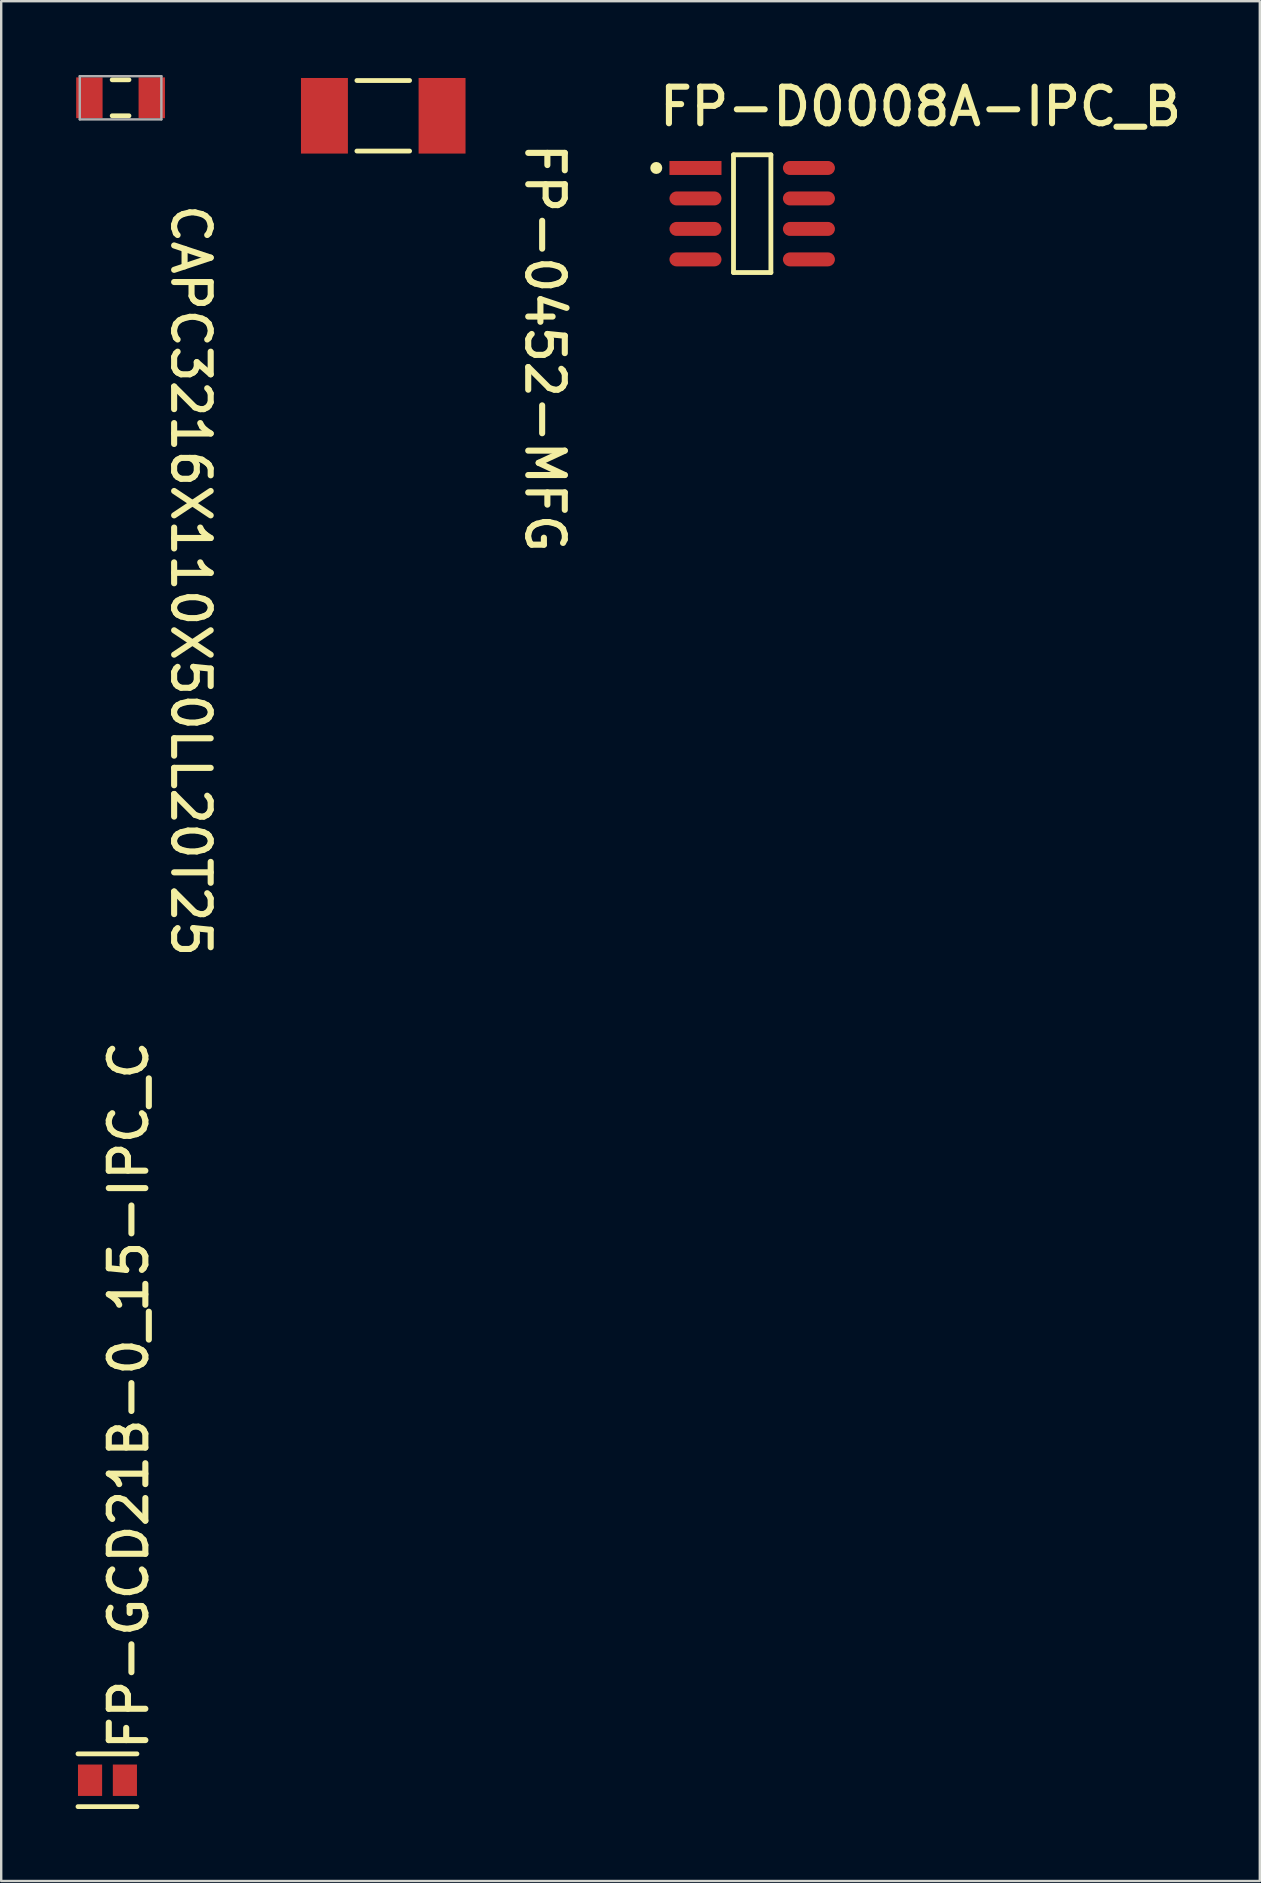
<source format=kicad_pcb>
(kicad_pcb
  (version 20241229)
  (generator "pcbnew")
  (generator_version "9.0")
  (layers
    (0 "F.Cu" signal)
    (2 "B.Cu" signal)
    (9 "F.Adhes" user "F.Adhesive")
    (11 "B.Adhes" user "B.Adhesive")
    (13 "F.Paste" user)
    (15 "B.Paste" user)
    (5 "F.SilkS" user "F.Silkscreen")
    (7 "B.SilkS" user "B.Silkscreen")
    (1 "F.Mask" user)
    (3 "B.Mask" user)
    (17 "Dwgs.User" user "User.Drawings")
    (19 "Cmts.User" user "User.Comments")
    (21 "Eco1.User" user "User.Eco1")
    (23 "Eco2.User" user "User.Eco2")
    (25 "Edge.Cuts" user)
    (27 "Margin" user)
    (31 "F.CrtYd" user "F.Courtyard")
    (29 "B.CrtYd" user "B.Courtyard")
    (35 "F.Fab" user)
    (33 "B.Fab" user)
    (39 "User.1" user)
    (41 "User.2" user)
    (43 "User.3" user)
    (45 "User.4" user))
  (footprint "CAPC3216X110X50LL20T25"
    (layer "F.Cu")
    (at 1.975 1.025)
    (property "Reference" "CAPC3216X110X50LL20T25" (at 2.032 4.318 270) (unlocked yes) (layer "F.SilkS") (effects (font (size 1.524 1.524) (thickness 0.254)) (justify left bottom)))
    (fp_line (start 0.35 -0.75) (end -0.35 -0.75) (stroke (width 0.2) (type solid)) (layer "F.SilkS"))
    (fp_line (start 0.35 0.75) (end -0.35 0.75) (stroke (width 0.2) (type solid)) (layer "F.SilkS"))
    (fp_line (start -1.95 -1) (end -1.95 1) (stroke (width 0.05) (type solid)) (layer "Eco1.User"))
    (fp_line (start 0 -0.5) (end 0 0.5) (stroke (width 0.1) (type solid)) (layer "Eco1.User"))
    (fp_line (start 0.5 0) (end -0.5 0) (stroke (width 0.1) (type solid)) (layer "Eco1.User"))
    (fp_line (start 1.95 -1) (end -1.95 -1) (stroke (width 0.05) (type solid)) (layer "Eco1.User"))
    (fp_line (start 1.95 -1) (end 1.95 1) (stroke (width 0.05) (type solid)) (layer "Eco1.User"))
    (fp_line (start 1.95 1) (end -1.95 1) (stroke (width 0.05) (type solid)) (layer "Eco1.User"))
    (fp_line (start -1.7 -0.9) (end -1.7 0.9) (stroke (width 0.1) (type solid)) (layer "F.Fab"))
    (fp_line (start 1.7 -0.9) (end -1.7 -0.9) (stroke (width 0.1) (type solid)) (layer "F.Fab"))
    (fp_line (start 1.7 -0.9) (end 1.7 0.9) (stroke (width 0.1) (type solid)) (layer "F.Fab"))
    (fp_line (start 1.7 0.9) (end -1.7 0.9) (stroke (width 0.1) (type solid)) (layer "F.Fab"))
    (pad "1" smd rect (at -1.3 0 270) (size 1.7 1.1) (layers "F.Cu" "F.Mask" "F.Paste"))
    (pad "2" smd rect (at 1.3 0 270) (size 1.7 1.1) (layers "F.Cu" "F.Mask" "F.Paste")))
  (footprint "FP-GCD21B-0_15-IPC_C"
    (layer "F.Cu")
    (at 1.429 71.142)
    (property "Reference" "FP-GCD21B-0_15-IPC_C" (at 1.778 -1.143 90) (unlocked yes) (layer "F.SilkS") (effects (font (size 1.524 1.524) (thickness 0.254)) (justify left bottom)))
    (fp_line (start -1.229 -1.1) (end 1.229 -1.1) (stroke (width 0.2) (type solid)) (layer "F.SilkS"))
    (fp_line (start -1.229 1.1) (end 1.229 1.1) (stroke (width 0.2) (type solid)) (layer "F.SilkS"))
    (fp_line (start -1 -0.625) (end 1 -0.625) (stroke (width 0.2) (type solid)) (layer "User.3"))
    (fp_line (start -1 0.625) (end -1 -0.625) (stroke (width 0.2) (type solid)) (layer "User.3"))
    (fp_line (start -1 0.625) (end 1 0.625) (stroke (width 0.2) (type solid)) (layer "User.3"))
    (fp_line (start 1 0.625) (end 1 -0.625) (stroke (width 0.2) (type solid)) (layer "User.3"))
    (fp_line (start -1.329 -0.8) (end 1.329 -0.8) (stroke (width 0.2) (type solid)) (layer "User.5"))
    (fp_line (start -1.329 0.8) (end -1.329 -0.8) (stroke (width 0.2) (type solid)) (layer "User.5"))
    (fp_line (start -1.329 0.8) (end 1.329 0.8) (stroke (width 0.2) (type solid)) (layer "User.5"))
    (fp_line (start 1.329 0.8) (end 1.329 -0.8) (stroke (width 0.2) (type solid)) (layer "User.5"))
    (fp_line (start -1.329 -0.8) (end 1.329 -0.8) (stroke (width 0.2) (type solid)) (layer "User.7"))
    (fp_line (start -1.329 0.8) (end -1.329 -0.8) (stroke (width 0.2) (type solid)) (layer "User.7"))
    (fp_line (start -1.329 0.8) (end 1.329 0.8) (stroke (width 0.2) (type solid)) (layer "User.7"))
    (fp_line (start 1.329 0.8) (end 1.329 -0.8) (stroke (width 0.2) (type solid)) (layer "User.7"))
    (fp_line (start -0.5 0) (end 0.5 0) (stroke (width 0.1) (type solid)) (layer "User.9"))
    (fp_line (start 0 0.5) (end 0 -0.5) (stroke (width 0.1) (type solid)) (layer "User.9"))
    (fp_text user "${REFERENCE}" (at -0.00002 -0.011 180) (unlocked yes) (layer "User.7") (effects (font (size 0.5 0.5) (thickness 0.1)) (justify left bottom mirror)))
    (pad "1" smd rect (at -0.726 0 180) (size 1.006 1.308) (layers "F.Cu" "F.Mask" "F.Paste"))
    (pad "2" smd rect (at 0.726 0 180) (size 1.006 1.308) (layers "F.Cu" "F.Mask" "F.Paste")))
  (footprint "FP-D0008A-IPC_B"
    (layer "F.Cu")
    (at 28.298 5.855)
    (property "Reference" "FP-D0008A-IPC_B" (at -4 -3.569 0) (unlocked yes) (layer "F.SilkS") (effects (font (size 1.524 1.524) (thickness 0.254)) (justify left bottom)))
    (fp_line (start -0.779 -2.453) (end 0.779 -2.453) (stroke (width 0.2) (type solid)) (layer "F.SilkS"))
    (fp_line (start -0.779 2.453) (end -0.779 -2.453) (stroke (width 0.2) (type solid)) (layer "F.SilkS"))
    (fp_line (start -0.779 2.453) (end 0.779 2.453) (stroke (width 0.2) (type solid)) (layer "F.SilkS"))
    (fp_line (start 0.779 2.453) (end 0.779 -2.453) (stroke (width 0.2) (type solid)) (layer "F.SilkS"))
    (fp_circle (center -3.998 -1.905) (end -3.998 -2.03) (stroke (width 0.25) (type solid)) (fill no) (layer "F.SilkS"))
    (fp_line (start -1.948 -2.453) (end 1.948 -2.453) (stroke (width 0.2) (type solid)) (layer "User.2"))
    (fp_line (start -1.948 2.453) (end -1.948 -2.453) (stroke (width 0.2) (type solid)) (layer "User.2"))
    (fp_line (start -1.948 2.453) (end 1.948 2.453) (stroke (width 0.2) (type solid)) (layer "User.2"))
    (fp_line (start 1.948 2.453) (end 1.948 -2.453) (stroke (width 0.2) (type solid)) (layer "User.2"))
    (fp_line (start -3.698 -2.703) (end 3.698 -2.703) (stroke (width 0.2) (type solid)) (layer "User.4"))
    (fp_line (start -3.698 2.703) (end -3.698 -2.703) (stroke (width 0.2) (type solid)) (layer "User.4"))
    (fp_line (start -3.698 2.703) (end 3.698 2.703) (stroke (width 0.2) (type solid)) (layer "User.4"))
    (fp_line (start 3.698 2.703) (end 3.698 -2.703) (stroke (width 0.2) (type solid)) (layer "User.4"))
    (fp_line (start -3.698 -2.703) (end 3.698 -2.703) (stroke (width 0.2) (type solid)) (layer "User.6"))
    (fp_line (start -3.698 2.703) (end -3.698 -2.703) (stroke (width 0.2) (type solid)) (layer "User.6"))
    (fp_line (start -3.698 2.703) (end 3.698 2.703) (stroke (width 0.2) (type solid)) (layer "User.6"))
    (fp_line (start 3.698 2.703) (end 3.698 -2.703) (stroke (width 0.2) (type solid)) (layer "User.6"))
    (fp_line (start -0.5 0) (end 0.5 0) (stroke (width 0.1) (type solid)) (layer "User.8"))
    (fp_line (start 0 0.5) (end 0 -0.5) (stroke (width 0.1) (type solid)) (layer "User.8"))
    (fp_text user "${REFERENCE}" (at -0.00001 -0.011 0) (unlocked yes) (layer "User.6") (effects (font (size 0.5 0.5) (thickness 0.1)) (justify left bottom)))
    (pad "1" smd rect (at -2.364 -1.905) (size 2.169 0.582) (layers "F.Cu" "F.Mask" "F.Paste"))
    (pad "2" smd roundrect (at -2.364 -0.635) (size 2.169 0.582) (layers "F.Cu" "F.Mask" "F.Paste") (roundrect_rratio 0.5))
    (pad "3" smd roundrect (at -2.364 0.635) (size 2.169 0.582) (layers "F.Cu" "F.Mask" "F.Paste") (roundrect_rratio 0.5))
    (pad "4" smd roundrect (at -2.364 1.905) (size 2.169 0.582) (layers "F.Cu" "F.Mask" "F.Paste") (roundrect_rratio 0.5))
    (pad "5" smd roundrect (at 2.364 1.905) (size 2.169 0.582) (layers "F.Cu" "F.Mask" "F.Paste") (roundrect_rratio 0.5))
    (pad "6" smd roundrect (at 2.364 0.635) (size 2.169 0.582) (layers "F.Cu" "F.Mask" "F.Paste") (roundrect_rratio 0.5))
    (pad "7" smd roundrect (at 2.364 -0.635) (size 2.169 0.582) (layers "F.Cu" "F.Mask" "F.Paste") (roundrect_rratio 0.5))
    (pad "8" smd roundrect (at 2.364 -1.905) (size 2.169 0.582) (layers "F.Cu" "F.Mask" "F.Paste") (roundrect_rratio 0.5)))
  (footprint "FP-0452-MFG"
    (layer "F.Cu")
    (at 12.922 1.775)
    (property "Reference" "FP-0452-MFG" (at 5.842 1.016 270) (unlocked yes) (layer "F.SilkS") (effects (font (size 1.524 1.524) (thickness 0.254)) (justify left bottom)))
    (fp_line (start 1.098 -1.47) (end -1.098 -1.47) (stroke (width 0.2) (type solid)) (layer "F.SilkS"))
    (fp_line (start 1.098 1.47) (end -1.098 1.47) (stroke (width 0.2) (type solid)) (layer "F.SilkS"))
    (fp_line (start -3.15 -1.47) (end -3.15 1.47) (stroke (width 0.2) (type solid)) (layer "User.3"))
    (fp_line (start 3.15 -1.47) (end -3.15 -1.47) (stroke (width 0.2) (type solid)) (layer "User.3"))
    (fp_line (start 3.15 -1.47) (end 3.15 1.47) (stroke (width 0.2) (type solid)) (layer "User.3"))
    (fp_line (start 3.15 1.47) (end -3.15 1.47) (stroke (width 0.2) (type solid)) (layer "User.3"))
    (fp_line (start -3.529 -1.675) (end -3.529 1.675) (stroke (width 0.2) (type solid)) (layer "User.5"))
    (fp_line (start 3.529 -1.675) (end -3.529 -1.675) (stroke (width 0.2) (type solid)) (layer "User.5"))
    (fp_line (start 3.529 -1.675) (end 3.529 1.675) (stroke (width 0.2) (type solid)) (layer "User.5"))
    (fp_line (start 3.529 1.675) (end -3.529 1.675) (stroke (width 0.2) (type solid)) (layer "User.5"))
    (fp_line (start -3.529 -1.675) (end -3.529 1.675) (stroke (width 0.2) (type solid)) (layer "User.7"))
    (fp_line (start 3.529 -1.675) (end -3.529 -1.675) (stroke (width 0.2) (type solid)) (layer "User.7"))
    (fp_line (start 3.529 -1.675) (end 3.529 1.675) (stroke (width 0.2) (type solid)) (layer "User.7"))
    (fp_line (start 3.529 1.675) (end -3.529 1.675) (stroke (width 0.2) (type solid)) (layer "User.7"))
    (fp_line (start 0 -0.5) (end 0 0.5) (stroke (width 0.1) (type solid)) (layer "User.9"))
    (fp_line (start 0.5 0) (end -0.5 0) (stroke (width 0.1) (type solid)) (layer "User.9"))
    (fp_text user "${REFERENCE}" (at -0.00001 0.00001 180) (unlocked yes) (layer "User.7") (effects (font (size 0.5 0.5) (thickness 0.1)) (justify left bottom mirror)))
    (pad "1" smd rect (at -2.451 0 180) (size 1.956 3.15) (layers "F.Cu" "F.Mask" "F.Paste"))
    (pad "2" smd rect (at 2.451 0 180) (size 1.956 3.15) (layers "F.Cu" "F.Mask" "F.Paste")))
  (gr_rect
    (start -3 -3)
    (end 49.453 75.342)
    (stroke (width 0.1) (type default))
    (fill no)
    (layer "Edge.Cuts")))
</source>
